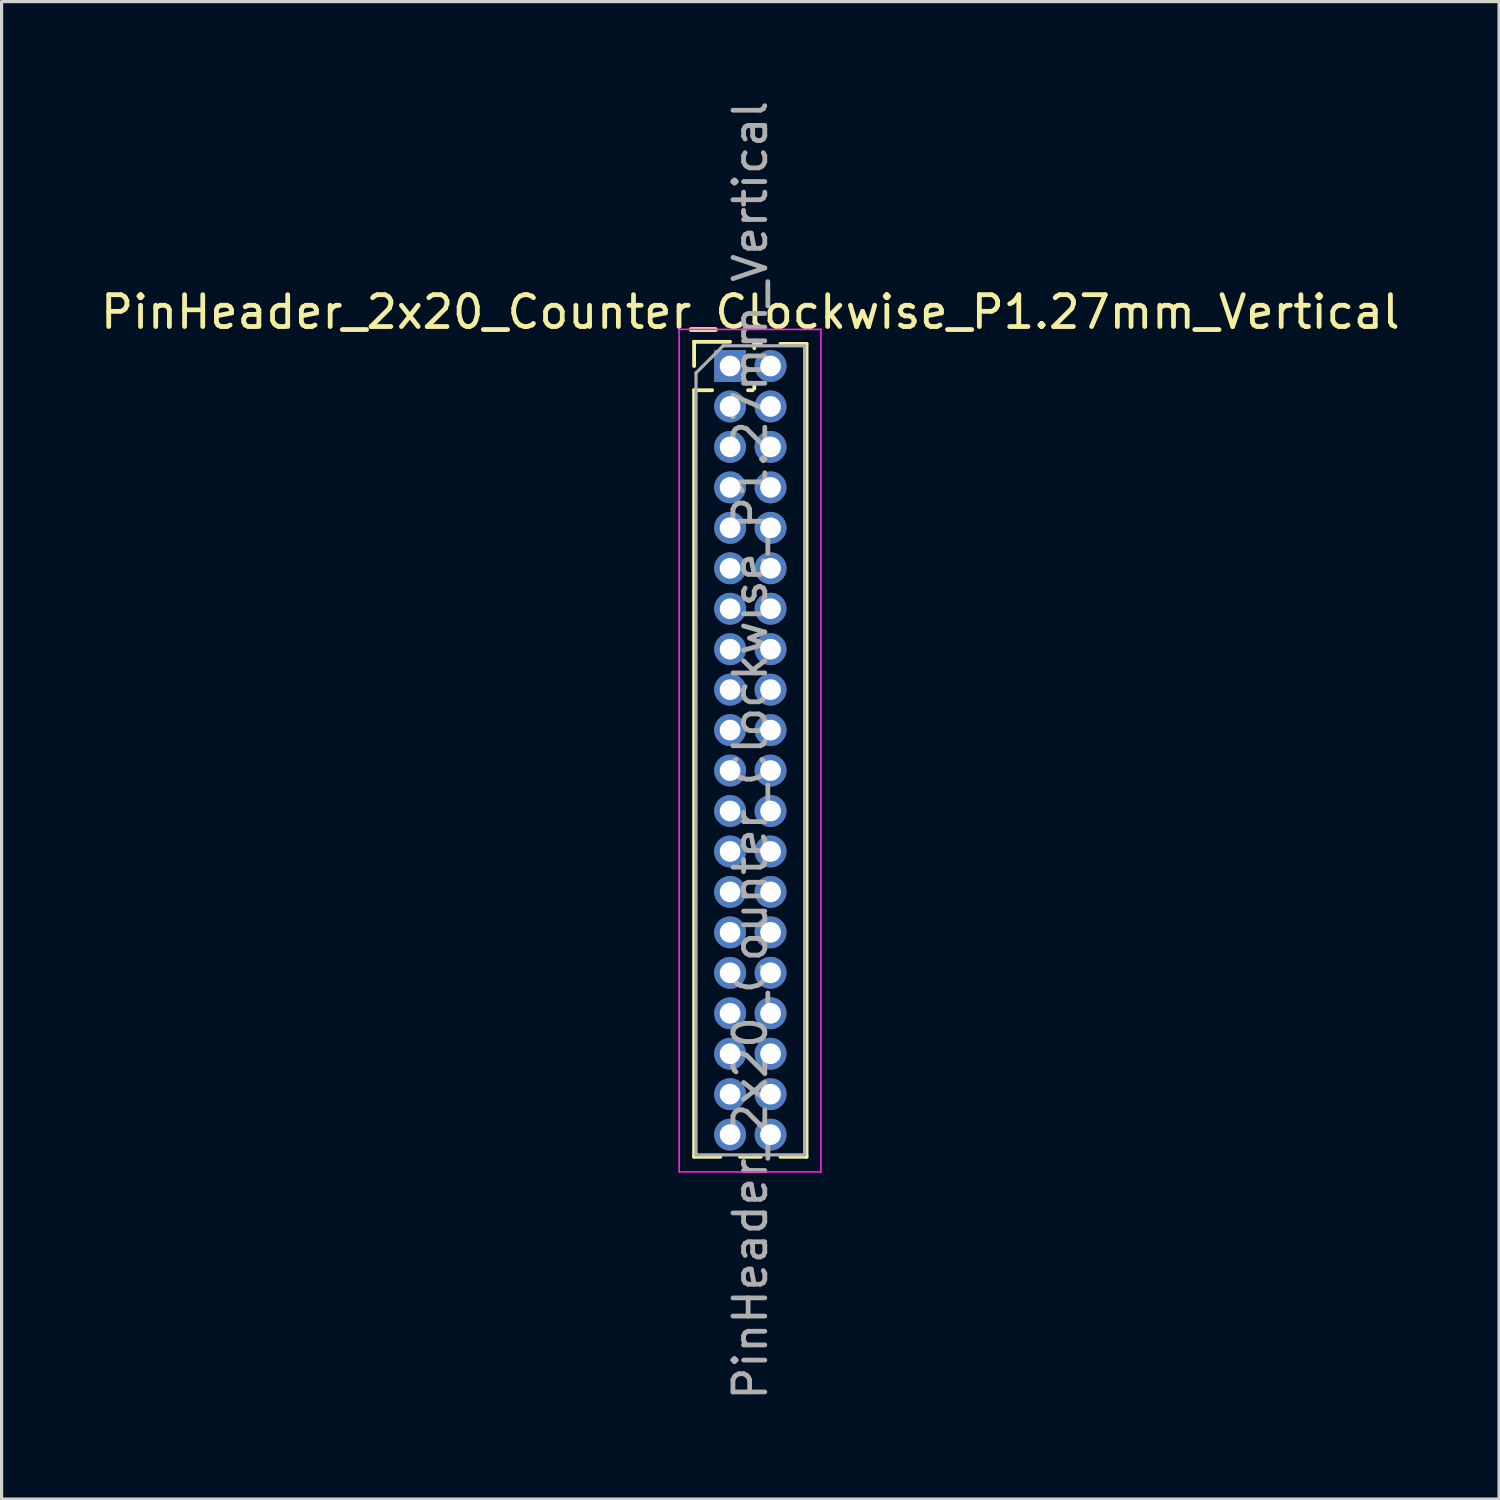
<source format=kicad_pcb>
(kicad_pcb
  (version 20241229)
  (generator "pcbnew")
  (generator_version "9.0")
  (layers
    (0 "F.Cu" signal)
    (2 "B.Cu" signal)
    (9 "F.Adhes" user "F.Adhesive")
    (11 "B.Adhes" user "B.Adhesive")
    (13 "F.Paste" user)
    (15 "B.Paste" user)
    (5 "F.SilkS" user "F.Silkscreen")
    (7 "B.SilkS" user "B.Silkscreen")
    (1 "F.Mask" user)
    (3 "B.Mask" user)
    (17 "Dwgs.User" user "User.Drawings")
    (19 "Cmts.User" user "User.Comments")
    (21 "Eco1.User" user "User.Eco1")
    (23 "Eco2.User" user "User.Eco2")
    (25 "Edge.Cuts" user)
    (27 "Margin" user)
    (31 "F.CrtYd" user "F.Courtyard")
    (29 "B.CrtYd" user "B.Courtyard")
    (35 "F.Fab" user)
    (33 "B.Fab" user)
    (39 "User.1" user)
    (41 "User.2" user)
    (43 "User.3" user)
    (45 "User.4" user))
  (footprint "PinHeader_2x20_Counter_Clockwise_P1.27mm_Vertical"
    (layer "F.Cu")
    (at 19.871 8.441)
    (property "Reference" "PinHeader_2x20_Counter_Clockwise_P1.27mm_Vertical" (at 0.635 -1.695 0) (layer "F.SilkS") (effects (font (size 1 1) (thickness 0.15))))
    (attr through_hole)
    (fp_line (start -1.13 -0.76) (end 0 -0.76) (stroke (width 0.12) (type solid)) (layer "F.SilkS"))
    (fp_line (start -1.13 0) (end -1.13 -0.76) (stroke (width 0.12) (type solid)) (layer "F.SilkS"))
    (fp_line (start -1.13 0.76) (end -1.13 24.825) (stroke (width 0.12) (type solid)) (layer "F.SilkS"))
    (fp_line (start -1.13 0.76) (end -0.563 0.76) (stroke (width 0.12) (type solid)) (layer "F.SilkS"))
    (fp_line (start -1.13 24.825) (end -0.308 24.825) (stroke (width 0.12) (type solid)) (layer "F.SilkS"))
    (fp_line (start 0.308 24.825) (end 0.962 24.825) (stroke (width 0.12) (type solid)) (layer "F.SilkS"))
    (fp_line (start 0.563 0.76) (end 0.707 0.76) (stroke (width 0.12) (type solid)) (layer "F.SilkS"))
    (fp_line (start 0.76 -0.695) (end 0.962 -0.695) (stroke (width 0.12) (type solid)) (layer "F.SilkS"))
    (fp_line (start 0.76 -0.563) (end 0.76 -0.695) (stroke (width 0.12) (type solid)) (layer "F.SilkS"))
    (fp_line (start 0.76 0.707) (end 0.76 0.563) (stroke (width 0.12) (type solid)) (layer "F.SilkS"))
    (fp_line (start 1.578 -0.695) (end 2.4 -0.695) (stroke (width 0.12) (type solid)) (layer "F.SilkS"))
    (fp_line (start 1.578 24.825) (end 2.4 24.825) (stroke (width 0.12) (type solid)) (layer "F.SilkS"))
    (fp_line (start 2.4 -0.695) (end 2.4 24.825) (stroke (width 0.12) (type solid)) (layer "F.SilkS"))
    (fp_line (start -1.6 -1.15) (end -1.6 25.3) (stroke (width 0.05) (type solid)) (layer "F.CrtYd"))
    (fp_line (start -1.6 25.3) (end 2.85 25.3) (stroke (width 0.05) (type solid)) (layer "F.CrtYd"))
    (fp_line (start 2.85 -1.15) (end -1.6 -1.15) (stroke (width 0.05) (type solid)) (layer "F.CrtYd"))
    (fp_line (start 2.85 25.3) (end 2.85 -1.15) (stroke (width 0.05) (type solid)) (layer "F.CrtYd"))
    (fp_line (start -1.07 0.217) (end -0.217 -0.635) (stroke (width 0.1) (type solid)) (layer "F.Fab"))
    (fp_line (start -1.07 24.765) (end -1.07 0.217) (stroke (width 0.1) (type solid)) (layer "F.Fab"))
    (fp_line (start -0.217 -0.635) (end 2.34 -0.635) (stroke (width 0.1) (type solid)) (layer "F.Fab"))
    (fp_line (start 2.34 -0.635) (end 2.34 24.765) (stroke (width 0.1) (type solid)) (layer "F.Fab"))
    (fp_line (start 2.34 24.765) (end -1.07 24.765) (stroke (width 0.1) (type solid)) (layer "F.Fab"))
    (fp_text user "${REFERENCE}" (at 0.635 12.065 90) (layer "F.Fab") (effects (font (size 1 1) (thickness 0.15))))
    (pad "1" thru_hole rect (at 0 0) (size 1 1) (drill 0.65) (layers "*.Cu" "*.Mask"))
    (pad "2" thru_hole oval (at 0 1.27) (size 1 1) (drill 0.65) (layers "*.Cu" "*.Mask"))
    (pad "3" thru_hole oval (at 0 2.54) (size 1 1) (drill 0.65) (layers "*.Cu" "*.Mask"))
    (pad "4" thru_hole oval (at 0 3.81) (size 1 1) (drill 0.65) (layers "*.Cu" "*.Mask"))
    (pad "5" thru_hole oval (at 0 5.08) (size 1 1) (drill 0.65) (layers "*.Cu" "*.Mask"))
    (pad "6" thru_hole oval (at 0 6.35) (size 1 1) (drill 0.65) (layers "*.Cu" "*.Mask"))
    (pad "7" thru_hole oval (at 0 7.62) (size 1 1) (drill 0.65) (layers "*.Cu" "*.Mask"))
    (pad "8" thru_hole oval (at 0 8.89) (size 1 1) (drill 0.65) (layers "*.Cu" "*.Mask"))
    (pad "9" thru_hole oval (at 0 10.16) (size 1 1) (drill 0.65) (layers "*.Cu" "*.Mask"))
    (pad "10" thru_hole oval (at 0 11.43) (size 1 1) (drill 0.65) (layers "*.Cu" "*.Mask"))
    (pad "11" thru_hole oval (at 0 12.7) (size 1 1) (drill 0.65) (layers "*.Cu" "*.Mask"))
    (pad "12" thru_hole oval (at 0 13.97) (size 1 1) (drill 0.65) (layers "*.Cu" "*.Mask"))
    (pad "13" thru_hole oval (at 0 15.24) (size 1 1) (drill 0.65) (layers "*.Cu" "*.Mask"))
    (pad "14" thru_hole oval (at 0 16.51) (size 1 1) (drill 0.65) (layers "*.Cu" "*.Mask"))
    (pad "15" thru_hole oval (at 0 17.78) (size 1 1) (drill 0.65) (layers "*.Cu" "*.Mask"))
    (pad "16" thru_hole oval (at 0 19.05) (size 1 1) (drill 0.65) (layers "*.Cu" "*.Mask"))
    (pad "17" thru_hole oval (at 0 20.32) (size 1 1) (drill 0.65) (layers "*.Cu" "*.Mask"))
    (pad "18" thru_hole oval (at 0 21.59) (size 1 1) (drill 0.65) (layers "*.Cu" "*.Mask"))
    (pad "19" thru_hole oval (at 0 22.86) (size 1 1) (drill 0.65) (layers "*.Cu" "*.Mask"))
    (pad "20" thru_hole oval (at 0 24.13) (size 1 1) (drill 0.65) (layers "*.Cu" "*.Mask"))
    (pad "21" thru_hole oval (at 1.27 24.13) (size 1 1) (drill 0.65) (layers "*.Cu" "*.Mask"))
    (pad "22" thru_hole oval (at 1.27 22.86) (size 1 1) (drill 0.65) (layers "*.Cu" "*.Mask"))
    (pad "23" thru_hole oval (at 1.27 21.59) (size 1 1) (drill 0.65) (layers "*.Cu" "*.Mask"))
    (pad "24" thru_hole oval (at 1.27 20.32) (size 1 1) (drill 0.65) (layers "*.Cu" "*.Mask"))
    (pad "25" thru_hole oval (at 1.27 19.05) (size 1 1) (drill 0.65) (layers "*.Cu" "*.Mask"))
    (pad "26" thru_hole oval (at 1.27 17.78) (size 1 1) (drill 0.65) (layers "*.Cu" "*.Mask"))
    (pad "27" thru_hole oval (at 1.27 16.51) (size 1 1) (drill 0.65) (layers "*.Cu" "*.Mask"))
    (pad "28" thru_hole oval (at 1.27 15.24) (size 1 1) (drill 0.65) (layers "*.Cu" "*.Mask"))
    (pad "29" thru_hole oval (at 1.27 13.97) (size 1 1) (drill 0.65) (layers "*.Cu" "*.Mask"))
    (pad "30" thru_hole oval (at 1.27 12.7) (size 1 1) (drill 0.65) (layers "*.Cu" "*.Mask"))
    (pad "31" thru_hole oval (at 1.27 11.43) (size 1 1) (drill 0.65) (layers "*.Cu" "*.Mask"))
    (pad "32" thru_hole oval (at 1.27 10.16) (size 1 1) (drill 0.65) (layers "*.Cu" "*.Mask"))
    (pad "33" thru_hole oval (at 1.27 8.89) (size 1 1) (drill 0.65) (layers "*.Cu" "*.Mask"))
    (pad "34" thru_hole oval (at 1.27 7.62) (size 1 1) (drill 0.65) (layers "*.Cu" "*.Mask"))
    (pad "35" thru_hole oval (at 1.27 6.35) (size 1 1) (drill 0.65) (layers "*.Cu" "*.Mask"))
    (pad "36" thru_hole oval (at 1.27 5.08) (size 1 1) (drill 0.65) (layers "*.Cu" "*.Mask"))
    (pad "37" thru_hole oval (at 1.27 3.81) (size 1 1) (drill 0.65) (layers "*.Cu" "*.Mask"))
    (pad "38" thru_hole oval (at 1.27 2.54) (size 1 1) (drill 0.65) (layers "*.Cu" "*.Mask"))
    (pad "39" thru_hole oval (at 1.27 1.27) (size 1 1) (drill 0.65) (layers "*.Cu" "*.Mask"))
    (pad "40" thru_hole oval (at 1.27 0) (size 1 1) (drill 0.65) (layers "*.Cu" "*.Mask")))
  (gr_rect
    (start -3 -3)
    (end 44.012 44.012)
    (stroke (width 0.1) (type default))
    (fill no)
    (layer "Edge.Cuts")))
</source>
